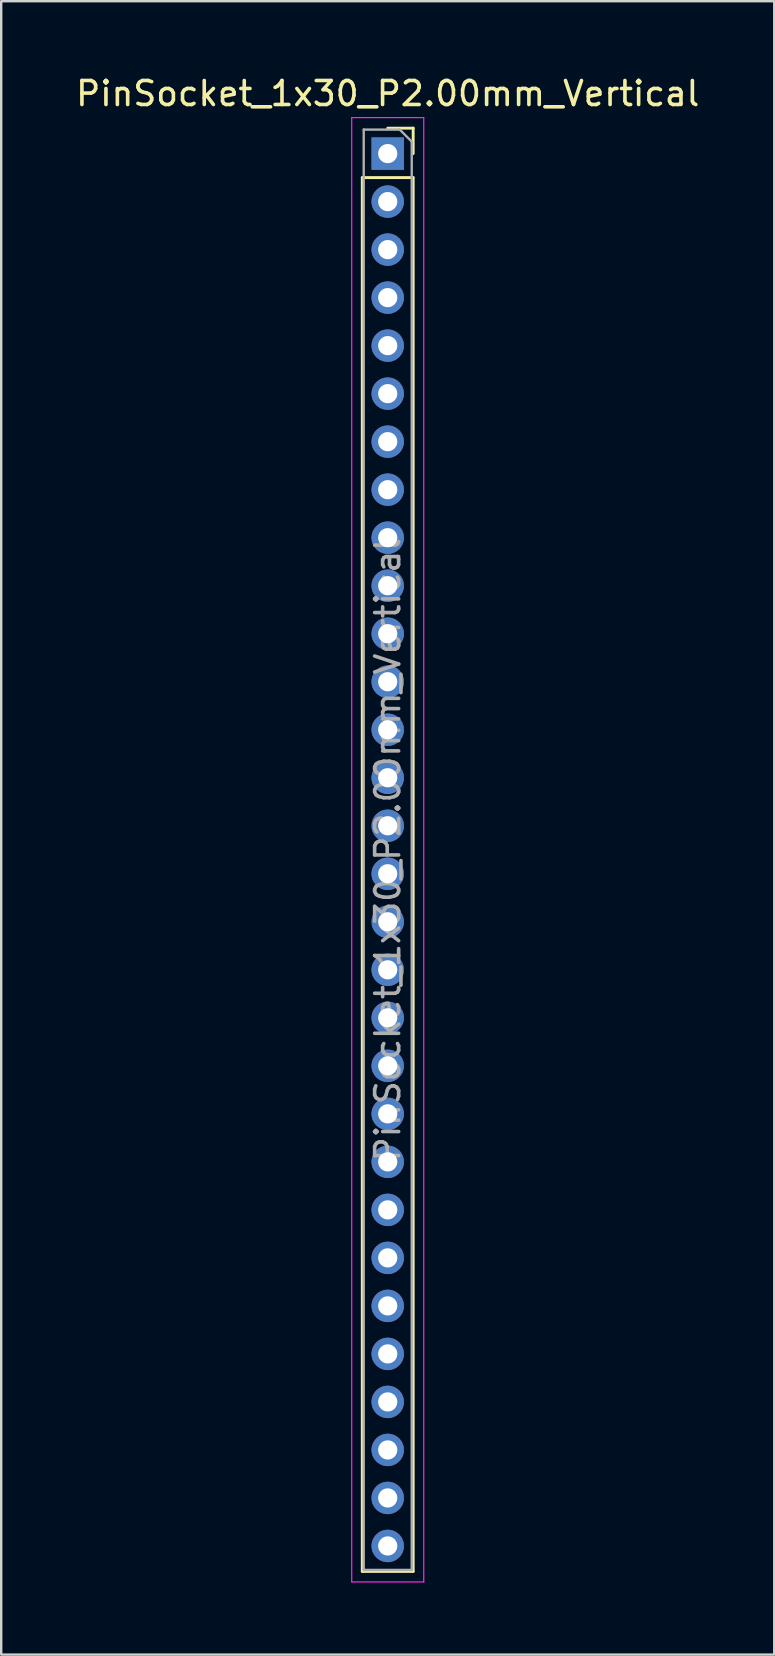
<source format=kicad_pcb>
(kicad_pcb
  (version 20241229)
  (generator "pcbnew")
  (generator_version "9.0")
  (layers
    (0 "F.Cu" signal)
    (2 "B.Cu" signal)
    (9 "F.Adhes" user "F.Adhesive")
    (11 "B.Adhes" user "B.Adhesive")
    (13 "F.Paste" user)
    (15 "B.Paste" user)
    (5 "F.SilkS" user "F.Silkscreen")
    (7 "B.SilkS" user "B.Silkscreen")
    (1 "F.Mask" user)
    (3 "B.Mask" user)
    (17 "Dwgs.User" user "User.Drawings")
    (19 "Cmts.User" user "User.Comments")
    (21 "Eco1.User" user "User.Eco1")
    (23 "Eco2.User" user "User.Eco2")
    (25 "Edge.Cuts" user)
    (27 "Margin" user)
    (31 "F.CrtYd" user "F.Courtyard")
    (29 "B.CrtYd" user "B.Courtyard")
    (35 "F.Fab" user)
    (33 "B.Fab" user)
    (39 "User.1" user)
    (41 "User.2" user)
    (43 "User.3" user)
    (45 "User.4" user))
  (footprint "PinSocket_1x30_P2.00mm_Vertical"
    (layer "F.Cu")
    (at 13.101 3.348)
    (property "Reference" "PinSocket_1x30_P2.00mm_Vertical" (at 0 -2.5 0) (layer "F.SilkS") (effects (font (size 1 1) (thickness 0.15))))
    (attr through_hole)
    (fp_line (start -1.06 1) (end -1.06 59.06) (stroke (width 0.12) (type solid)) (layer "F.SilkS"))
    (fp_line (start -1.06 1) (end 1.06 1) (stroke (width 0.12) (type solid)) (layer "F.SilkS"))
    (fp_line (start -1.06 59.06) (end 1.06 59.06) (stroke (width 0.12) (type solid)) (layer "F.SilkS"))
    (fp_line (start 0 -1.06) (end 1.06 -1.06) (stroke (width 0.12) (type solid)) (layer "F.SilkS"))
    (fp_line (start 1.06 -1.06) (end 1.06 0) (stroke (width 0.12) (type solid)) (layer "F.SilkS"))
    (fp_line (start 1.06 1) (end 1.06 59.06) (stroke (width 0.12) (type solid)) (layer "F.SilkS"))
    (fp_line (start -1.5 -1.5) (end 1.5 -1.5) (stroke (width 0.05) (type solid)) (layer "F.CrtYd"))
    (fp_line (start -1.5 59.5) (end -1.5 -1.5) (stroke (width 0.05) (type solid)) (layer "F.CrtYd"))
    (fp_line (start 1.5 -1.5) (end 1.5 59.5) (stroke (width 0.05) (type solid)) (layer "F.CrtYd"))
    (fp_line (start 1.5 59.5) (end -1.5 59.5) (stroke (width 0.05) (type solid)) (layer "F.CrtYd"))
    (fp_line (start -1 -1) (end 0.5 -1) (stroke (width 0.1) (type solid)) (layer "F.Fab"))
    (fp_line (start -1 59) (end -1 -1) (stroke (width 0.1) (type solid)) (layer "F.Fab"))
    (fp_line (start 0.5 -1) (end 1 -0.5) (stroke (width 0.1) (type solid)) (layer "F.Fab"))
    (fp_line (start 1 -0.5) (end 1 59) (stroke (width 0.1) (type solid)) (layer "F.Fab"))
    (fp_line (start 1 59) (end -1 59) (stroke (width 0.1) (type solid)) (layer "F.Fab"))
    (fp_text user "${REFERENCE}" (at 0 29 90) (layer "F.Fab") (effects (font (size 1 1) (thickness 0.15))))
    (pad "1" thru_hole rect (at 0 0) (size 1.35 1.35) (drill 0.8) (layers "*.Cu" "*.Mask"))
    (pad "2" thru_hole circle (at 0 2) (size 1.35 1.35) (drill 0.8) (layers "*.Cu" "*.Mask"))
    (pad "3" thru_hole circle (at 0 4) (size 1.35 1.35) (drill 0.8) (layers "*.Cu" "*.Mask"))
    (pad "4" thru_hole circle (at 0 6) (size 1.35 1.35) (drill 0.8) (layers "*.Cu" "*.Mask"))
    (pad "5" thru_hole circle (at 0 8) (size 1.35 1.35) (drill 0.8) (layers "*.Cu" "*.Mask"))
    (pad "6" thru_hole circle (at 0 10) (size 1.35 1.35) (drill 0.8) (layers "*.Cu" "*.Mask"))
    (pad "7" thru_hole circle (at 0 12) (size 1.35 1.35) (drill 0.8) (layers "*.Cu" "*.Mask"))
    (pad "8" thru_hole circle (at 0 14) (size 1.35 1.35) (drill 0.8) (layers "*.Cu" "*.Mask"))
    (pad "9" thru_hole circle (at 0 16) (size 1.35 1.35) (drill 0.8) (layers "*.Cu" "*.Mask"))
    (pad "10" thru_hole circle (at 0 18) (size 1.35 1.35) (drill 0.8) (layers "*.Cu" "*.Mask"))
    (pad "11" thru_hole circle (at 0 20) (size 1.35 1.35) (drill 0.8) (layers "*.Cu" "*.Mask"))
    (pad "12" thru_hole circle (at 0 22) (size 1.35 1.35) (drill 0.8) (layers "*.Cu" "*.Mask"))
    (pad "13" thru_hole circle (at 0 24) (size 1.35 1.35) (drill 0.8) (layers "*.Cu" "*.Mask"))
    (pad "14" thru_hole circle (at 0 26) (size 1.35 1.35) (drill 0.8) (layers "*.Cu" "*.Mask"))
    (pad "15" thru_hole circle (at 0 28) (size 1.35 1.35) (drill 0.8) (layers "*.Cu" "*.Mask"))
    (pad "16" thru_hole circle (at 0 30) (size 1.35 1.35) (drill 0.8) (layers "*.Cu" "*.Mask"))
    (pad "17" thru_hole circle (at 0 32) (size 1.35 1.35) (drill 0.8) (layers "*.Cu" "*.Mask"))
    (pad "18" thru_hole circle (at 0 34) (size 1.35 1.35) (drill 0.8) (layers "*.Cu" "*.Mask"))
    (pad "19" thru_hole circle (at 0 36) (size 1.35 1.35) (drill 0.8) (layers "*.Cu" "*.Mask"))
    (pad "20" thru_hole circle (at 0 38) (size 1.35 1.35) (drill 0.8) (layers "*.Cu" "*.Mask"))
    (pad "21" thru_hole circle (at 0 40) (size 1.35 1.35) (drill 0.8) (layers "*.Cu" "*.Mask"))
    (pad "22" thru_hole circle (at 0 42) (size 1.35 1.35) (drill 0.8) (layers "*.Cu" "*.Mask"))
    (pad "23" thru_hole circle (at 0 44) (size 1.35 1.35) (drill 0.8) (layers "*.Cu" "*.Mask"))
    (pad "24" thru_hole circle (at 0 46) (size 1.35 1.35) (drill 0.8) (layers "*.Cu" "*.Mask"))
    (pad "25" thru_hole circle (at 0 48) (size 1.35 1.35) (drill 0.8) (layers "*.Cu" "*.Mask"))
    (pad "26" thru_hole circle (at 0 50) (size 1.35 1.35) (drill 0.8) (layers "*.Cu" "*.Mask"))
    (pad "27" thru_hole circle (at 0 52) (size 1.35 1.35) (drill 0.8) (layers "*.Cu" "*.Mask"))
    (pad "28" thru_hole circle (at 0 54) (size 1.35 1.35) (drill 0.8) (layers "*.Cu" "*.Mask"))
    (pad "29" thru_hole circle (at 0 56) (size 1.35 1.35) (drill 0.8) (layers "*.Cu" "*.Mask"))
    (pad "30" thru_hole circle (at 0 58) (size 1.35 1.35) (drill 0.8) (layers "*.Cu" "*.Mask")))
  (gr_rect
    (start -3 -3)
    (end 29.202 65.873)
    (stroke (width 0.1) (type default))
    (fill no)
    (layer "Edge.Cuts")))
</source>
